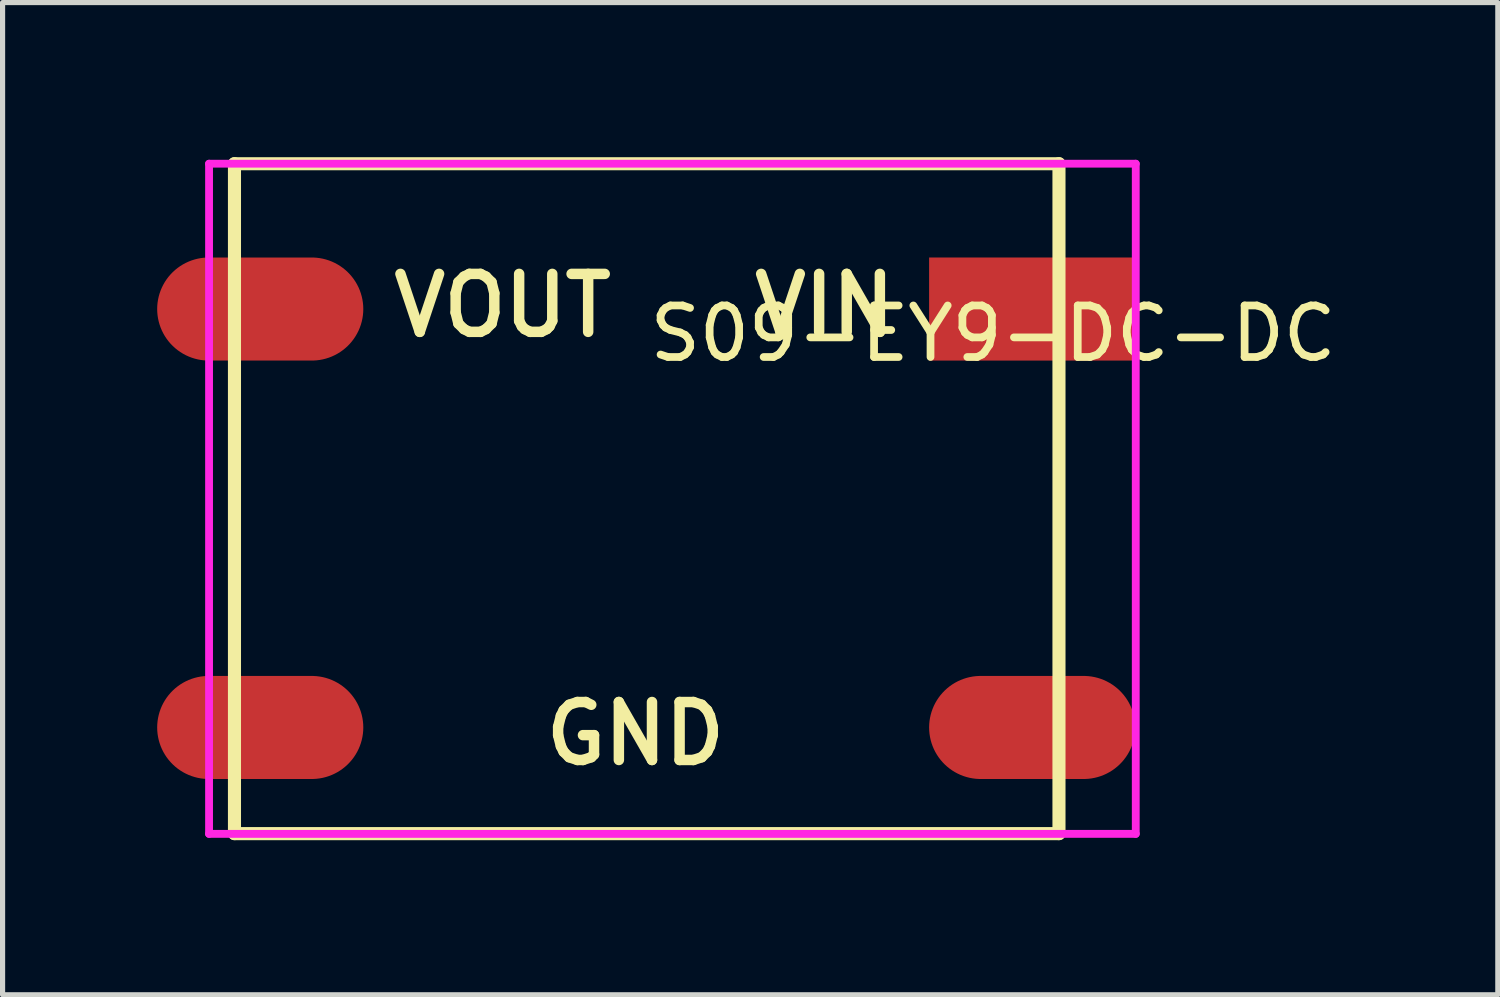
<source format=kicad_pcb>
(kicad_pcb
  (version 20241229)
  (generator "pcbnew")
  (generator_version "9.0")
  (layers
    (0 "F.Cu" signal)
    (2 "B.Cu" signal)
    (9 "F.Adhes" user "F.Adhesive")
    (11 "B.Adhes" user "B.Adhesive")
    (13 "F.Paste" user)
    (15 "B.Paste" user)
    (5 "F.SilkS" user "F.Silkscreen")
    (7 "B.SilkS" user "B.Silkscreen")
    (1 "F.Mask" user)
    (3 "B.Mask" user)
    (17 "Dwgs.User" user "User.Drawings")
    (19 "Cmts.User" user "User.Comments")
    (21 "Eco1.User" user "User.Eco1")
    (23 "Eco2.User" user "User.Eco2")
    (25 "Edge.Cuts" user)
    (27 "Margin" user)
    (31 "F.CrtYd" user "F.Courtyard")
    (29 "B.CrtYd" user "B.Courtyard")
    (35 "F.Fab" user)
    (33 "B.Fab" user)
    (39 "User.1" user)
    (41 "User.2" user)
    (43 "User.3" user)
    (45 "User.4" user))
  (footprint "S09-EY9-DC-DC"
    (layer "F.Cu")
    (at 9.48 6.63)
    (property "Reference" "S09-EY9-DC-DC" (at 0 -3.207 0) (layer "F.SilkS") (effects (font (size 1 1) (thickness 0.15)) (justify left)))
    (attr through_hole)
    (fp_line (start -7.98 -6.503) (end 8.02 -6.503) (stroke (width 0.254) (type solid)) (layer "F.SilkS"))
    (fp_line (start -7.98 6.497) (end -7.98 -6.503) (stroke (width 0.254) (type solid)) (layer "F.SilkS"))
    (fp_line (start 8.02 -6.503) (end 8.02 6.497) (stroke (width 0.254) (type solid)) (layer "F.SilkS"))
    (fp_line (start 8.02 6.497) (end -7.98 6.497) (stroke (width 0.254) (type solid)) (layer "F.SilkS"))
    (fp_line (start -8.473 -6.503) (end 9.51 -6.503) (stroke (width 0.152) (type solid)) (layer "F.CrtYd"))
    (fp_line (start -8.473 6.502) (end -8.473 -6.503) (stroke (width 0.152) (type solid)) (layer "F.CrtYd"))
    (fp_line (start 9.51 -6.503) (end 9.51 6.502) (stroke (width 0.152) (type solid)) (layer "F.CrtYd"))
    (fp_line (start 9.51 6.502) (end -8.473 6.502) (stroke (width 0.152) (type solid)) (layer "F.CrtYd"))
    (fp_text user "VOUT" (at -5 -3.75 0) (layer "F.SilkS") (effects (font (size 1.125 1.125) (thickness 0.203)) (justify left)))
    (fp_text user "VIN" (at 2 -3.75 0) (layer "F.SilkS") (effects (font (size 1.125 1.125) (thickness 0.203)) (justify left)))
    (fp_text user "GND" (at -2.047 4.558 0) (layer "F.SilkS") (effects (font (size 1.125 1.125) (thickness 0.203)) (justify left)))
    (pad "1" smd rect (at 7.5 -3.683 180) (size 4 2) (layers "F.Cu" "F.Mask" "F.Paste"))
    (pad "2" smd oval (at 7.5 4.437 180) (size 4 2) (layers "F.Cu" "F.Mask" "F.Paste"))
    (pad "3" smd oval (at -7.48 -3.683 180) (size 4 2) (layers "F.Cu" "F.Mask" "F.Paste"))
    (pad "4" smd oval (at -7.48 4.437 180) (size 4 2) (layers "F.Cu" "F.Mask" "F.Paste")))
  (gr_rect
    (start -3 -3)
    (end 26.016 16.254)
    (stroke (width 0.1) (type default))
    (fill no)
    (layer "Edge.Cuts")))
</source>
